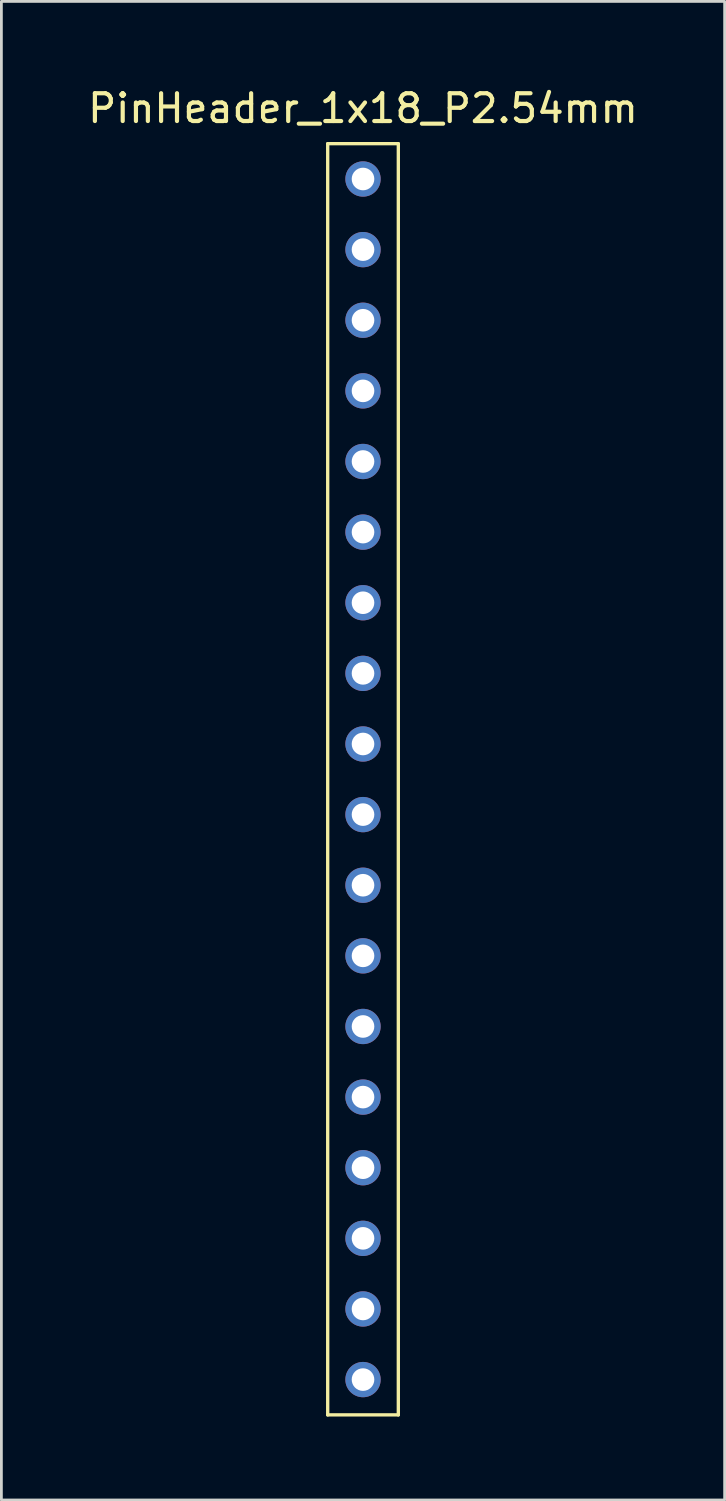
<source format=kicad_pcb>
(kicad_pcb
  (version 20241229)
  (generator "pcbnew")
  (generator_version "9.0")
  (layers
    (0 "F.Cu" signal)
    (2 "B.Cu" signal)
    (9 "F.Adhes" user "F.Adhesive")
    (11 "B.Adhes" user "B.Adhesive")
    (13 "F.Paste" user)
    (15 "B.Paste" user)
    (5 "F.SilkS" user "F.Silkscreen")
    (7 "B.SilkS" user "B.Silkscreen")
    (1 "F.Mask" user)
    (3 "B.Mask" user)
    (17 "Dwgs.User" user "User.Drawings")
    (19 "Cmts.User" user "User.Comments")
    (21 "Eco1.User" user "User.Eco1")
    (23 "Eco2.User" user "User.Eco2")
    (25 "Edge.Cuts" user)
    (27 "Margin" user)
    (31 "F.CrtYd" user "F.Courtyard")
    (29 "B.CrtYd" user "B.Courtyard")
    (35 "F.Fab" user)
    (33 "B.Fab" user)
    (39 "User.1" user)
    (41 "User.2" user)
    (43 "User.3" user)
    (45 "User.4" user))
  (footprint "PinHeader_1x18_P2.54mm"
    (layer "F.Cu")
    (at 10.006 24.978)
    (property "Reference" "PinHeader_1x18_P2.54mm" (at 0 -24.13 0) (layer "F.SilkS") (effects (font (size 1 1) (thickness 0.15))))
    (attr through_hole)
    (fp_line (start -1.27 -22.86) (end 1.27 -22.86) (stroke (width 0.12) (type solid)) (layer "F.SilkS"))
    (fp_line (start -1.27 22.86) (end -1.27 -22.86) (stroke (width 0.12) (type solid)) (layer "F.SilkS"))
    (fp_line (start 1.27 -22.86) (end 1.27 22.86) (stroke (width 0.12) (type solid)) (layer "F.SilkS"))
    (fp_line (start 1.27 22.86) (end -1.27 22.86) (stroke (width 0.12) (type solid)) (layer "F.SilkS"))
    (pad "1" thru_hole circle (at 0 -21.59) (size 1.27 1.27) (drill 0.813) (layers "*.Cu" "*.Mask"))
    (pad "2" thru_hole circle (at 0 -19.05) (size 1.27 1.27) (drill 0.813) (layers "*.Cu" "*.Mask"))
    (pad "3" thru_hole circle (at 0 -16.51) (size 1.27 1.27) (drill 0.813) (layers "*.Cu" "*.Mask"))
    (pad "4" thru_hole circle (at 0 -13.97) (size 1.27 1.27) (drill 0.813) (layers "*.Cu" "*.Mask"))
    (pad "5" thru_hole circle (at 0 -11.43) (size 1.27 1.27) (drill 0.813) (layers "*.Cu" "*.Mask"))
    (pad "6" thru_hole circle (at 0 -8.89) (size 1.27 1.27) (drill 0.813) (layers "*.Cu" "*.Mask"))
    (pad "7" thru_hole circle (at 0 -6.35) (size 1.27 1.27) (drill 0.813) (layers "*.Cu" "*.Mask"))
    (pad "8" thru_hole circle (at 0 -3.81) (size 1.27 1.27) (drill 0.813) (layers "*.Cu" "*.Mask"))
    (pad "9" thru_hole circle (at 0 -1.27) (size 1.27 1.27) (drill 0.813) (layers "*.Cu" "*.Mask"))
    (pad "10" thru_hole circle (at 0 1.27) (size 1.27 1.27) (drill 0.813) (layers "*.Cu" "*.Mask"))
    (pad "11" thru_hole circle (at 0 3.81) (size 1.27 1.27) (drill 0.813) (layers "*.Cu" "*.Mask"))
    (pad "12" thru_hole circle (at 0 6.35) (size 1.27 1.27) (drill 0.813) (layers "*.Cu" "*.Mask"))
    (pad "13" thru_hole circle (at 0 8.89) (size 1.27 1.27) (drill 0.813) (layers "*.Cu" "*.Mask"))
    (pad "14" thru_hole circle (at 0 11.43) (size 1.27 1.27) (drill 0.813) (layers "*.Cu" "*.Mask"))
    (pad "15" thru_hole circle (at 0 13.97) (size 1.27 1.27) (drill 0.813) (layers "*.Cu" "*.Mask"))
    (pad "16" thru_hole circle (at 0 16.51) (size 1.27 1.27) (drill 0.813) (layers "*.Cu" "*.Mask"))
    (pad "17" thru_hole circle (at 0 19.05) (size 1.27 1.27) (drill 0.813) (layers "*.Cu" "*.Mask"))
    (pad "18" thru_hole circle (at 0 21.59) (size 1.27 1.27) (drill 0.813) (layers "*.Cu" "*.Mask")))
  (gr_rect
    (start -3 -3)
    (end 23.012 50.898)
    (stroke (width 0.1) (type default))
    (fill no)
    (layer "Edge.Cuts")))
</source>
